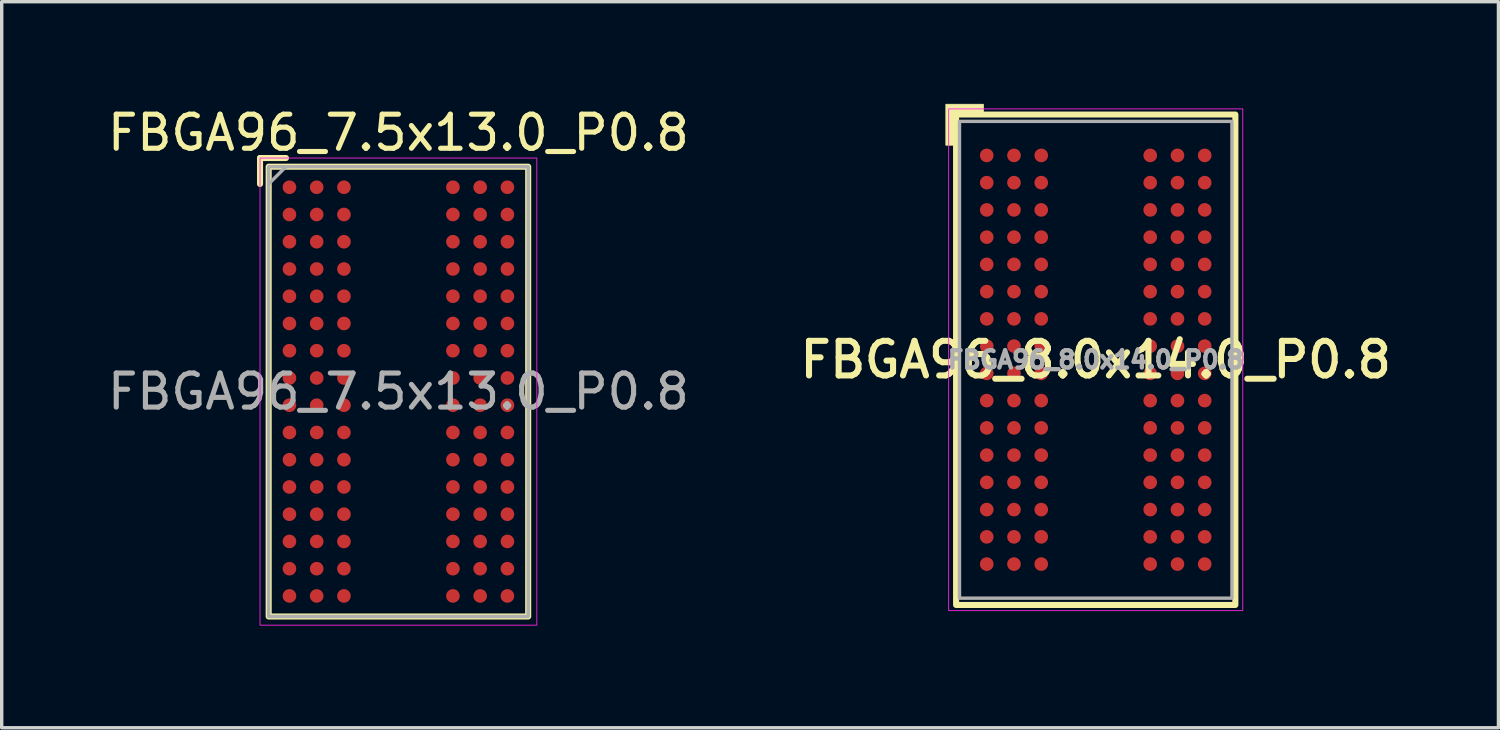
<source format=kicad_pcb>
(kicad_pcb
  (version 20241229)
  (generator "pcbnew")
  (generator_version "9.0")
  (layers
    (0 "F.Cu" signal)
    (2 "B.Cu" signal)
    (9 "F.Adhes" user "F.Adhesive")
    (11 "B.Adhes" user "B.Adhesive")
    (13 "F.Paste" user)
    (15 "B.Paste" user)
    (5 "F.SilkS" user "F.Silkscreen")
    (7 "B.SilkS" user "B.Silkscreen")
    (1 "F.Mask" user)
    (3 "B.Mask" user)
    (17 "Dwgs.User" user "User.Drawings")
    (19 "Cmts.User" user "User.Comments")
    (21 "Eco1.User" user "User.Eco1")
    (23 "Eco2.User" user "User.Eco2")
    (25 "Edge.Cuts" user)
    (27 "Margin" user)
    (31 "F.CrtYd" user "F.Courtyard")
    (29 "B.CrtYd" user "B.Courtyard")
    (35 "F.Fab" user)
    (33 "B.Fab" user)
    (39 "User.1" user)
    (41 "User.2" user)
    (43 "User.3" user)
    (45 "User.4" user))
  (footprint "FBGA96_7.5x13.0_P0.8"
    (layer "F.Cu")
    (at 8.649 8.448)
    (property "Reference" "FBGA96_7.5x13.0_P0.8" (at 0 -7.6 0) (unlocked yes) (layer "F.SilkS") (effects (font (size 1 1) (thickness 0.15))))
    (attr smd)
    (fp_line (start -4.064 -6.858) (end -3.302 -6.858) (stroke (width 0.178) (type solid)) (layer "F.SilkS"))
    (fp_line (start -4.064 -6.096) (end -4.064 -6.858) (stroke (width 0.178) (type solid)) (layer "F.SilkS"))
    (fp_rect (start 3.81 6.604) (end -3.81 -6.604) (stroke (width 0.178) (type solid)) (fill no) (layer "F.SilkS"))
    (fp_rect (start -4.064 -6.858) (end 4.064 6.858) (stroke (width 0.025) (type solid)) (fill no) (layer "F.CrtYd"))
    (fp_line (start -3.81 -6.096) (end -3.302 -6.604) (stroke (width 0.1) (type solid)) (layer "F.Fab"))
    (fp_rect (start -3.81 -6.604) (end 3.81 6.604) (stroke (width 0.1) (type solid)) (fill no) (layer "F.Fab"))
    (fp_text user "${REFERENCE}" (at 0 0 0) (unlocked yes) (layer "F.Fab") (effects (font (size 1 1) (thickness 0.15))))
    (pad "A1" smd circle (at -3.2 -6) (size 0.4 0.4) (layers "F.Cu" "F.Mask" "F.Paste"))
    (pad "A2" smd circle (at -2.4 -6) (size 0.4 0.4) (layers "F.Cu" "F.Mask" "F.Paste"))
    (pad "A3" smd circle (at -1.6 -6) (size 0.4 0.4) (layers "F.Cu" "F.Mask" "F.Paste"))
    (pad "A7" smd circle (at 1.6 -6) (size 0.4 0.4) (layers "F.Cu" "F.Mask" "F.Paste"))
    (pad "A8" smd circle (at 2.4 -6) (size 0.4 0.4) (layers "F.Cu" "F.Mask" "F.Paste"))
    (pad "A9" smd circle (at 3.2 -6) (size 0.4 0.4) (layers "F.Cu" "F.Mask" "F.Paste"))
    (pad "B1" smd circle (at -3.2 -5.2) (size 0.4 0.4) (layers "F.Cu" "F.Mask" "F.Paste"))
    (pad "B2" smd circle (at -2.4 -5.2) (size 0.4 0.4) (layers "F.Cu" "F.Mask" "F.Paste"))
    (pad "B3" smd circle (at -1.6 -5.2) (size 0.4 0.4) (layers "F.Cu" "F.Mask" "F.Paste"))
    (pad "B7" smd circle (at 1.6 -5.2) (size 0.4 0.4) (layers "F.Cu" "F.Mask" "F.Paste"))
    (pad "B8" smd circle (at 2.4 -5.2) (size 0.4 0.4) (layers "F.Cu" "F.Mask" "F.Paste"))
    (pad "B9" smd circle (at 3.2 -5.2) (size 0.4 0.4) (layers "F.Cu" "F.Mask" "F.Paste"))
    (pad "C1" smd circle (at -3.2 -4.4) (size 0.4 0.4) (layers "F.Cu" "F.Mask" "F.Paste"))
    (pad "C2" smd circle (at -2.4 -4.4) (size 0.4 0.4) (layers "F.Cu" "F.Mask" "F.Paste"))
    (pad "C3" smd circle (at -1.6 -4.4) (size 0.4 0.4) (layers "F.Cu" "F.Mask" "F.Paste"))
    (pad "C7" smd circle (at 1.6 -4.4) (size 0.4 0.4) (layers "F.Cu" "F.Mask" "F.Paste"))
    (pad "C8" smd circle (at 2.4 -4.4) (size 0.4 0.4) (layers "F.Cu" "F.Mask" "F.Paste"))
    (pad "C9" smd circle (at 3.2 -4.4) (size 0.4 0.4) (layers "F.Cu" "F.Mask" "F.Paste"))
    (pad "D1" smd circle (at -3.2 -3.6) (size 0.4 0.4) (layers "F.Cu" "F.Mask" "F.Paste"))
    (pad "D2" smd circle (at -2.4 -3.6) (size 0.4 0.4) (layers "F.Cu" "F.Mask" "F.Paste"))
    (pad "D3" smd circle (at -1.6 -3.6) (size 0.4 0.4) (layers "F.Cu" "F.Mask" "F.Paste"))
    (pad "D7" smd circle (at 1.6 -3.6) (size 0.4 0.4) (layers "F.Cu" "F.Mask" "F.Paste"))
    (pad "D8" smd circle (at 2.4 -3.6) (size 0.4 0.4) (layers "F.Cu" "F.Mask" "F.Paste"))
    (pad "D9" smd circle (at 3.2 -3.6) (size 0.4 0.4) (layers "F.Cu" "F.Mask" "F.Paste"))
    (pad "E1" smd circle (at -3.2 -2.8) (size 0.4 0.4) (layers "F.Cu" "F.Mask" "F.Paste"))
    (pad "E2" smd circle (at -2.4 -2.8) (size 0.4 0.4) (layers "F.Cu" "F.Mask" "F.Paste"))
    (pad "E3" smd circle (at -1.6 -2.8) (size 0.4 0.4) (layers "F.Cu" "F.Mask" "F.Paste"))
    (pad "E7" smd circle (at 1.6 -2.8) (size 0.4 0.4) (layers "F.Cu" "F.Mask" "F.Paste"))
    (pad "E8" smd circle (at 2.4 -2.8) (size 0.4 0.4) (layers "F.Cu" "F.Mask" "F.Paste"))
    (pad "E9" smd circle (at 3.2 -2.8) (size 0.4 0.4) (layers "F.Cu" "F.Mask" "F.Paste"))
    (pad "F1" smd circle (at -3.2 -2) (size 0.4 0.4) (layers "F.Cu" "F.Mask" "F.Paste"))
    (pad "F2" smd circle (at -2.4 -2) (size 0.4 0.4) (layers "F.Cu" "F.Mask" "F.Paste"))
    (pad "F3" smd circle (at -1.6 -2) (size 0.4 0.4) (layers "F.Cu" "F.Mask" "F.Paste"))
    (pad "F7" smd circle (at 1.6 -2) (size 0.4 0.4) (layers "F.Cu" "F.Mask" "F.Paste"))
    (pad "F8" smd circle (at 2.4 -2) (size 0.4 0.4) (layers "F.Cu" "F.Mask" "F.Paste"))
    (pad "F9" smd circle (at 3.2 -2) (size 0.4 0.4) (layers "F.Cu" "F.Mask" "F.Paste"))
    (pad "G1" smd circle (at -3.2 -1.2) (size 0.4 0.4) (layers "F.Cu" "F.Mask" "F.Paste"))
    (pad "G2" smd circle (at -2.4 -1.2) (size 0.4 0.4) (layers "F.Cu" "F.Mask" "F.Paste"))
    (pad "G3" smd circle (at -1.6 -1.2) (size 0.4 0.4) (layers "F.Cu" "F.Mask" "F.Paste"))
    (pad "G7" smd circle (at 1.6 -1.2) (size 0.4 0.4) (layers "F.Cu" "F.Mask" "F.Paste"))
    (pad "G8" smd circle (at 2.4 -1.2) (size 0.4 0.4) (layers "F.Cu" "F.Mask" "F.Paste"))
    (pad "G9" smd circle (at 3.2 -1.2) (size 0.4 0.4) (layers "F.Cu" "F.Mask" "F.Paste"))
    (pad "H1" smd circle (at -3.2 -0.4) (size 0.4 0.4) (layers "F.Cu" "F.Mask" "F.Paste"))
    (pad "H2" smd circle (at -2.4 -0.4) (size 0.4 0.4) (layers "F.Cu" "F.Mask" "F.Paste"))
    (pad "H3" smd circle (at -1.6 -0.4) (size 0.4 0.4) (layers "F.Cu" "F.Mask" "F.Paste"))
    (pad "H7" smd circle (at 1.6 -0.4) (size 0.4 0.4) (layers "F.Cu" "F.Mask" "F.Paste"))
    (pad "H8" smd circle (at 2.4 -0.4) (size 0.4 0.4) (layers "F.Cu" "F.Mask" "F.Paste"))
    (pad "H9" smd circle (at 3.2 -0.4) (size 0.4 0.4) (layers "F.Cu" "F.Mask" "F.Paste"))
    (pad "J1" smd circle (at -3.2 0.4) (size 0.4 0.4) (layers "F.Cu" "F.Mask" "F.Paste"))
    (pad "J2" smd circle (at -2.4 0.4) (size 0.4 0.4) (layers "F.Cu" "F.Mask" "F.Paste"))
    (pad "J3" smd circle (at -1.6 0.4) (size 0.4 0.4) (layers "F.Cu" "F.Mask" "F.Paste"))
    (pad "J7" smd circle (at 1.6 0.4) (size 0.4 0.4) (layers "F.Cu" "F.Mask" "F.Paste"))
    (pad "J8" smd circle (at 2.4 0.4) (size 0.4 0.4) (layers "F.Cu" "F.Mask" "F.Paste"))
    (pad "J9" smd circle (at 3.2 0.4) (size 0.4 0.4) (layers "F.Cu" "F.Mask" "F.Paste"))
    (pad "K1" smd circle (at -3.2 1.2) (size 0.4 0.4) (layers "F.Cu" "F.Mask" "F.Paste"))
    (pad "K2" smd circle (at -2.4 1.2) (size 0.4 0.4) (layers "F.Cu" "F.Mask" "F.Paste"))
    (pad "K3" smd circle (at -1.6 1.2) (size 0.4 0.4) (layers "F.Cu" "F.Mask" "F.Paste"))
    (pad "K7" smd circle (at 1.6 1.2) (size 0.4 0.4) (layers "F.Cu" "F.Mask" "F.Paste"))
    (pad "K8" smd circle (at 2.4 1.2) (size 0.4 0.4) (layers "F.Cu" "F.Mask" "F.Paste"))
    (pad "K9" smd circle (at 3.2 1.2) (size 0.4 0.4) (layers "F.Cu" "F.Mask" "F.Paste"))
    (pad "L1" smd circle (at -3.2 2) (size 0.4 0.4) (layers "F.Cu" "F.Mask" "F.Paste"))
    (pad "L2" smd circle (at -2.4 2) (size 0.4 0.4) (layers "F.Cu" "F.Mask" "F.Paste"))
    (pad "L3" smd circle (at -1.6 2) (size 0.4 0.4) (layers "F.Cu" "F.Mask" "F.Paste"))
    (pad "L7" smd circle (at 1.6 2) (size 0.4 0.4) (layers "F.Cu" "F.Mask" "F.Paste"))
    (pad "L8" smd circle (at 2.4 2) (size 0.4 0.4) (layers "F.Cu" "F.Mask" "F.Paste"))
    (pad "L9" smd circle (at 3.2 2) (size 0.4 0.4) (layers "F.Cu" "F.Mask" "F.Paste"))
    (pad "M1" smd circle (at -3.2 2.8) (size 0.4 0.4) (layers "F.Cu" "F.Mask" "F.Paste"))
    (pad "M2" smd circle (at -2.4 2.8) (size 0.4 0.4) (layers "F.Cu" "F.Mask" "F.Paste"))
    (pad "M3" smd circle (at -1.6 2.8) (size 0.4 0.4) (layers "F.Cu" "F.Mask" "F.Paste"))
    (pad "M7" smd circle (at 1.6 2.8) (size 0.4 0.4) (layers "F.Cu" "F.Mask" "F.Paste"))
    (pad "M8" smd circle (at 2.4 2.8) (size 0.4 0.4) (layers "F.Cu" "F.Mask" "F.Paste"))
    (pad "M9" smd circle (at 3.2 2.8) (size 0.4 0.4) (layers "F.Cu" "F.Mask" "F.Paste"))
    (pad "N1" smd circle (at -3.2 3.6) (size 0.4 0.4) (layers "F.Cu" "F.Mask" "F.Paste"))
    (pad "N2" smd circle (at -2.4 3.6) (size 0.4 0.4) (layers "F.Cu" "F.Mask" "F.Paste"))
    (pad "N3" smd circle (at -1.6 3.6) (size 0.4 0.4) (layers "F.Cu" "F.Mask" "F.Paste"))
    (pad "N7" smd circle (at 1.6 3.6) (size 0.4 0.4) (layers "F.Cu" "F.Mask" "F.Paste"))
    (pad "N8" smd circle (at 2.4 3.6) (size 0.4 0.4) (layers "F.Cu" "F.Mask" "F.Paste"))
    (pad "N9" smd circle (at 3.2 3.6) (size 0.4 0.4) (layers "F.Cu" "F.Mask" "F.Paste"))
    (pad "P1" smd circle (at -3.2 4.4) (size 0.4 0.4) (layers "F.Cu" "F.Mask" "F.Paste"))
    (pad "P2" smd circle (at -2.4 4.4) (size 0.4 0.4) (layers "F.Cu" "F.Mask" "F.Paste"))
    (pad "P3" smd circle (at -1.6 4.4) (size 0.4 0.4) (layers "F.Cu" "F.Mask" "F.Paste"))
    (pad "P7" smd circle (at 1.6 4.4) (size 0.4 0.4) (layers "F.Cu" "F.Mask" "F.Paste"))
    (pad "P8" smd circle (at 2.4 4.4) (size 0.4 0.4) (layers "F.Cu" "F.Mask" "F.Paste"))
    (pad "P9" smd circle (at 3.2 4.4) (size 0.4 0.4) (layers "F.Cu" "F.Mask" "F.Paste"))
    (pad "R1" smd circle (at -3.2 5.2) (size 0.4 0.4) (layers "F.Cu" "F.Mask" "F.Paste"))
    (pad "R2" smd circle (at -2.4 5.2) (size 0.4 0.4) (layers "F.Cu" "F.Mask" "F.Paste"))
    (pad "R3" smd circle (at -1.6 5.2) (size 0.4 0.4) (layers "F.Cu" "F.Mask" "F.Paste"))
    (pad "R7" smd circle (at 1.6 5.2) (size 0.4 0.4) (layers "F.Cu" "F.Mask" "F.Paste"))
    (pad "R8" smd circle (at 2.4 5.2) (size 0.4 0.4) (layers "F.Cu" "F.Mask" "F.Paste"))
    (pad "R9" smd circle (at 3.2 5.2) (size 0.4 0.4) (layers "F.Cu" "F.Mask" "F.Paste"))
    (pad "T1" smd circle (at -3.2 6) (size 0.4 0.4) (layers "F.Cu" "F.Mask" "F.Paste"))
    (pad "T2" smd circle (at -2.4 6) (size 0.4 0.4) (layers "F.Cu" "F.Mask" "F.Paste"))
    (pad "T3" smd circle (at -1.6 6) (size 0.4 0.4) (layers "F.Cu" "F.Mask" "F.Paste"))
    (pad "T7" smd circle (at 1.6 6) (size 0.4 0.4) (layers "F.Cu" "F.Mask" "F.Paste"))
    (pad "T8" smd circle (at 2.4 6) (size 0.4 0.4) (layers "F.Cu" "F.Mask" "F.Paste"))
    (pad "T9" smd circle (at 3.2 6) (size 0.4 0.4) (layers "F.Cu" "F.Mask" "F.Paste")))
  (footprint "FBGA96_8.0x14.0_P0.8"
    (layer "F.Cu")
    (at 29.123 7.513)
    (property "Reference" "FBGA96_8.0x14.0_P0.8" (at 0 0 0) (layer "F.SilkS") (effects (font (size 1.016 1.016) (thickness 0.178))))
    (attr smd)
    (fp_rect (start -4.1 -7.2) (end 4.1 7.2) (stroke (width 0.178) (type solid)) (fill no) (layer "F.SilkS"))
    (fp_poly (pts (xy -4.4 -6.3) (xy -4.1 -6.3) (xy -4.1 -7.2) (xy -3.3 -7.2) (xy -3.3 -7.5) (xy -4.4 -7.5)) (stroke (width 0.025) (type solid)) (fill yes) (layer "F.SilkS"))
    (fp_rect (start -4.318 -7.366) (end 4.318 7.366) (stroke (width 0.025) (type solid)) (fill no) (layer "F.CrtYd"))
    (fp_rect (start -4 -7) (end 4 7) (stroke (width 0.1) (type solid)) (fill no) (layer "F.Fab"))
    (fp_text user "${REFERENCE}" (at 0 0 0) (layer "F.Fab") (effects (font (size 0.508 0.508) (thickness 0.127))))
    (pad "A1" smd circle (at -3.2 -6) (size 0.4 0.4) (layers "F.Cu" "F.Mask" "F.Paste"))
    (pad "A2" smd circle (at -2.4 -6) (size 0.4 0.4) (layers "F.Cu" "F.Mask" "F.Paste"))
    (pad "A3" smd circle (at -1.6 -6) (size 0.4 0.4) (layers "F.Cu" "F.Mask" "F.Paste"))
    (pad "A7" smd circle (at 1.6 -6) (size 0.4 0.4) (layers "F.Cu" "F.Mask" "F.Paste"))
    (pad "A8" smd circle (at 2.4 -6) (size 0.4 0.4) (layers "F.Cu" "F.Mask" "F.Paste"))
    (pad "A9" smd circle (at 3.2 -6) (size 0.4 0.4) (layers "F.Cu" "F.Mask" "F.Paste"))
    (pad "B1" smd circle (at -3.2 -5.2) (size 0.4 0.4) (layers "F.Cu" "F.Mask" "F.Paste"))
    (pad "B2" smd circle (at -2.4 -5.2) (size 0.4 0.4) (layers "F.Cu" "F.Mask" "F.Paste"))
    (pad "B3" smd circle (at -1.6 -5.2) (size 0.4 0.4) (layers "F.Cu" "F.Mask" "F.Paste"))
    (pad "B7" smd circle (at 1.6 -5.2) (size 0.4 0.4) (layers "F.Cu" "F.Mask" "F.Paste"))
    (pad "B8" smd circle (at 2.4 -5.2) (size 0.4 0.4) (layers "F.Cu" "F.Mask" "F.Paste"))
    (pad "B9" smd circle (at 3.2 -5.2) (size 0.4 0.4) (layers "F.Cu" "F.Mask" "F.Paste"))
    (pad "C1" smd circle (at -3.2 -4.4) (size 0.4 0.4) (layers "F.Cu" "F.Mask" "F.Paste"))
    (pad "C2" smd circle (at -2.4 -4.4) (size 0.4 0.4) (layers "F.Cu" "F.Mask" "F.Paste"))
    (pad "C3" smd circle (at -1.6 -4.4) (size 0.4 0.4) (layers "F.Cu" "F.Mask" "F.Paste"))
    (pad "C7" smd circle (at 1.6 -4.4) (size 0.4 0.4) (layers "F.Cu" "F.Mask" "F.Paste"))
    (pad "C8" smd circle (at 2.4 -4.4) (size 0.4 0.4) (layers "F.Cu" "F.Mask" "F.Paste"))
    (pad "C9" smd circle (at 3.2 -4.4) (size 0.4 0.4) (layers "F.Cu" "F.Mask" "F.Paste"))
    (pad "D1" smd circle (at -3.2 -3.6) (size 0.4 0.4) (layers "F.Cu" "F.Mask" "F.Paste"))
    (pad "D2" smd circle (at -2.4 -3.6) (size 0.4 0.4) (layers "F.Cu" "F.Mask" "F.Paste"))
    (pad "D3" smd circle (at -1.6 -3.6) (size 0.4 0.4) (layers "F.Cu" "F.Mask" "F.Paste"))
    (pad "D7" smd circle (at 1.6 -3.6) (size 0.4 0.4) (layers "F.Cu" "F.Mask" "F.Paste"))
    (pad "D8" smd circle (at 2.4 -3.6) (size 0.4 0.4) (layers "F.Cu" "F.Mask" "F.Paste"))
    (pad "D9" smd circle (at 3.2 -3.6) (size 0.4 0.4) (layers "F.Cu" "F.Mask" "F.Paste"))
    (pad "E1" smd circle (at -3.2 -2.8) (size 0.4 0.4) (layers "F.Cu" "F.Mask" "F.Paste"))
    (pad "E2" smd circle (at -2.4 -2.8) (size 0.4 0.4) (layers "F.Cu" "F.Mask" "F.Paste"))
    (pad "E3" smd circle (at -1.6 -2.8) (size 0.4 0.4) (layers "F.Cu" "F.Mask" "F.Paste"))
    (pad "E7" smd circle (at 1.6 -2.8) (size 0.4 0.4) (layers "F.Cu" "F.Mask" "F.Paste"))
    (pad "E8" smd circle (at 2.4 -2.8) (size 0.4 0.4) (layers "F.Cu" "F.Mask" "F.Paste"))
    (pad "E9" smd circle (at 3.2 -2.8) (size 0.4 0.4) (layers "F.Cu" "F.Mask" "F.Paste"))
    (pad "F1" smd circle (at -3.2 -2) (size 0.4 0.4) (layers "F.Cu" "F.Mask" "F.Paste"))
    (pad "F2" smd circle (at -2.4 -2) (size 0.4 0.4) (layers "F.Cu" "F.Mask" "F.Paste"))
    (pad "F3" smd circle (at -1.6 -2) (size 0.4 0.4) (layers "F.Cu" "F.Mask" "F.Paste"))
    (pad "F7" smd circle (at 1.6 -2) (size 0.4 0.4) (layers "F.Cu" "F.Mask" "F.Paste"))
    (pad "F8" smd circle (at 2.4 -2) (size 0.4 0.4) (layers "F.Cu" "F.Mask" "F.Paste"))
    (pad "F9" smd circle (at 3.2 -2) (size 0.4 0.4) (layers "F.Cu" "F.Mask" "F.Paste"))
    (pad "G1" smd circle (at -3.2 -1.2) (size 0.4 0.4) (layers "F.Cu" "F.Mask" "F.Paste"))
    (pad "G2" smd circle (at -2.4 -1.2) (size 0.4 0.4) (layers "F.Cu" "F.Mask" "F.Paste"))
    (pad "G3" smd circle (at -1.6 -1.2) (size 0.4 0.4) (layers "F.Cu" "F.Mask" "F.Paste"))
    (pad "G7" smd circle (at 1.6 -1.2) (size 0.4 0.4) (layers "F.Cu" "F.Mask" "F.Paste"))
    (pad "G8" smd circle (at 2.4 -1.2) (size 0.4 0.4) (layers "F.Cu" "F.Mask" "F.Paste"))
    (pad "G9" smd circle (at 3.2 -1.2) (size 0.4 0.4) (layers "F.Cu" "F.Mask" "F.Paste"))
    (pad "H1" smd circle (at -3.2 -0.4) (size 0.4 0.4) (layers "F.Cu" "F.Mask" "F.Paste"))
    (pad "H2" smd circle (at -2.4 -0.4) (size 0.4 0.4) (layers "F.Cu" "F.Mask" "F.Paste"))
    (pad "H3" smd circle (at -1.6 -0.4) (size 0.4 0.4) (layers "F.Cu" "F.Mask" "F.Paste"))
    (pad "H7" smd circle (at 1.6 -0.4) (size 0.4 0.4) (layers "F.Cu" "F.Mask" "F.Paste"))
    (pad "H8" smd circle (at 2.4 -0.4) (size 0.4 0.4) (layers "F.Cu" "F.Mask" "F.Paste"))
    (pad "H9" smd circle (at 3.2 -0.4) (size 0.4 0.4) (layers "F.Cu" "F.Mask" "F.Paste"))
    (pad "J1" smd circle (at -3.2 0.4) (size 0.4 0.4) (layers "F.Cu" "F.Mask" "F.Paste"))
    (pad "J2" smd circle (at -2.4 0.4) (size 0.4 0.4) (layers "F.Cu" "F.Mask" "F.Paste"))
    (pad "J3" smd circle (at -1.6 0.4) (size 0.4 0.4) (layers "F.Cu" "F.Mask" "F.Paste"))
    (pad "J7" smd circle (at 1.6 0.4) (size 0.4 0.4) (layers "F.Cu" "F.Mask" "F.Paste"))
    (pad "J8" smd circle (at 2.4 0.4) (size 0.4 0.4) (layers "F.Cu" "F.Mask" "F.Paste"))
    (pad "J9" smd circle (at 3.2 0.4) (size 0.4 0.4) (layers "F.Cu" "F.Mask" "F.Paste"))
    (pad "K1" smd circle (at -3.2 1.2) (size 0.4 0.4) (layers "F.Cu" "F.Mask" "F.Paste"))
    (pad "K2" smd circle (at -2.4 1.2) (size 0.4 0.4) (layers "F.Cu" "F.Mask" "F.Paste"))
    (pad "K3" smd circle (at -1.6 1.2) (size 0.4 0.4) (layers "F.Cu" "F.Mask" "F.Paste"))
    (pad "K7" smd circle (at 1.6 1.2) (size 0.4 0.4) (layers "F.Cu" "F.Mask" "F.Paste"))
    (pad "K8" smd circle (at 2.4 1.2) (size 0.4 0.4) (layers "F.Cu" "F.Mask" "F.Paste"))
    (pad "K9" smd circle (at 3.2 1.2) (size 0.4 0.4) (layers "F.Cu" "F.Mask" "F.Paste"))
    (pad "L1" smd circle (at -3.2 2) (size 0.4 0.4) (layers "F.Cu" "F.Mask" "F.Paste"))
    (pad "L2" smd circle (at -2.4 2) (size 0.4 0.4) (layers "F.Cu" "F.Mask" "F.Paste"))
    (pad "L3" smd circle (at -1.6 2) (size 0.4 0.4) (layers "F.Cu" "F.Mask" "F.Paste"))
    (pad "L7" smd circle (at 1.6 2) (size 0.4 0.4) (layers "F.Cu" "F.Mask" "F.Paste"))
    (pad "L8" smd circle (at 2.4 2) (size 0.4 0.4) (layers "F.Cu" "F.Mask" "F.Paste"))
    (pad "L9" smd circle (at 3.2 2) (size 0.4 0.4) (layers "F.Cu" "F.Mask" "F.Paste"))
    (pad "M1" smd circle (at -3.2 2.8) (size 0.4 0.4) (layers "F.Cu" "F.Mask" "F.Paste"))
    (pad "M2" smd circle (at -2.4 2.8) (size 0.4 0.4) (layers "F.Cu" "F.Mask" "F.Paste"))
    (pad "M3" smd circle (at -1.6 2.8) (size 0.4 0.4) (layers "F.Cu" "F.Mask" "F.Paste"))
    (pad "M7" smd circle (at 1.6 2.8) (size 0.4 0.4) (layers "F.Cu" "F.Mask" "F.Paste"))
    (pad "M8" smd circle (at 2.4 2.8) (size 0.4 0.4) (layers "F.Cu" "F.Mask" "F.Paste"))
    (pad "M9" smd circle (at 3.2 2.8) (size 0.4 0.4) (layers "F.Cu" "F.Mask" "F.Paste"))
    (pad "N1" smd circle (at -3.2 3.6) (size 0.4 0.4) (layers "F.Cu" "F.Mask" "F.Paste"))
    (pad "N2" smd circle (at -2.4 3.6) (size 0.4 0.4) (layers "F.Cu" "F.Mask" "F.Paste"))
    (pad "N3" smd circle (at -1.6 3.6) (size 0.4 0.4) (layers "F.Cu" "F.Mask" "F.Paste"))
    (pad "N7" smd circle (at 1.6 3.6) (size 0.4 0.4) (layers "F.Cu" "F.Mask" "F.Paste"))
    (pad "N8" smd circle (at 2.4 3.6) (size 0.4 0.4) (layers "F.Cu" "F.Mask" "F.Paste"))
    (pad "N9" smd circle (at 3.2 3.6) (size 0.4 0.4) (layers "F.Cu" "F.Mask" "F.Paste"))
    (pad "P1" smd circle (at -3.2 4.4) (size 0.4 0.4) (layers "F.Cu" "F.Mask" "F.Paste"))
    (pad "P2" smd circle (at -2.4 4.4) (size 0.4 0.4) (layers "F.Cu" "F.Mask" "F.Paste"))
    (pad "P3" smd circle (at -1.6 4.4) (size 0.4 0.4) (layers "F.Cu" "F.Mask" "F.Paste"))
    (pad "P7" smd circle (at 1.6 4.4) (size 0.4 0.4) (layers "F.Cu" "F.Mask" "F.Paste"))
    (pad "P8" smd circle (at 2.4 4.4) (size 0.4 0.4) (layers "F.Cu" "F.Mask" "F.Paste"))
    (pad "P9" smd circle (at 3.2 4.4) (size 0.4 0.4) (layers "F.Cu" "F.Mask" "F.Paste"))
    (pad "R1" smd circle (at -3.2 5.2) (size 0.4 0.4) (layers "F.Cu" "F.Mask" "F.Paste"))
    (pad "R2" smd circle (at -2.4 5.2) (size 0.4 0.4) (layers "F.Cu" "F.Mask" "F.Paste"))
    (pad "R3" smd circle (at -1.6 5.2) (size 0.4 0.4) (layers "F.Cu" "F.Mask" "F.Paste"))
    (pad "R7" smd circle (at 1.6 5.2) (size 0.4 0.4) (layers "F.Cu" "F.Mask" "F.Paste"))
    (pad "R8" smd circle (at 2.4 5.2) (size 0.4 0.4) (layers "F.Cu" "F.Mask" "F.Paste"))
    (pad "R9" smd circle (at 3.2 5.2) (size 0.4 0.4) (layers "F.Cu" "F.Mask" "F.Paste"))
    (pad "T1" smd circle (at -3.2 6) (size 0.4 0.4) (layers "F.Cu" "F.Mask" "F.Paste"))
    (pad "T2" smd circle (at -2.4 6) (size 0.4 0.4) (layers "F.Cu" "F.Mask" "F.Paste"))
    (pad "T3" smd circle (at -1.6 6) (size 0.4 0.4) (layers "F.Cu" "F.Mask" "F.Paste"))
    (pad "T7" smd circle (at 1.6 6) (size 0.4 0.4) (layers "F.Cu" "F.Mask" "F.Paste"))
    (pad "T8" smd circle (at 2.4 6) (size 0.4 0.4) (layers "F.Cu" "F.Mask" "F.Paste"))
    (pad "T9" smd circle (at 3.2 6) (size 0.4 0.4) (layers "F.Cu" "F.Mask" "F.Paste")))
  (gr_rect
    (start -3 -3)
    (end 40.948 18.319)
    (stroke (width 0.1) (type default))
    (fill no)
    (layer "Edge.Cuts")))
</source>
